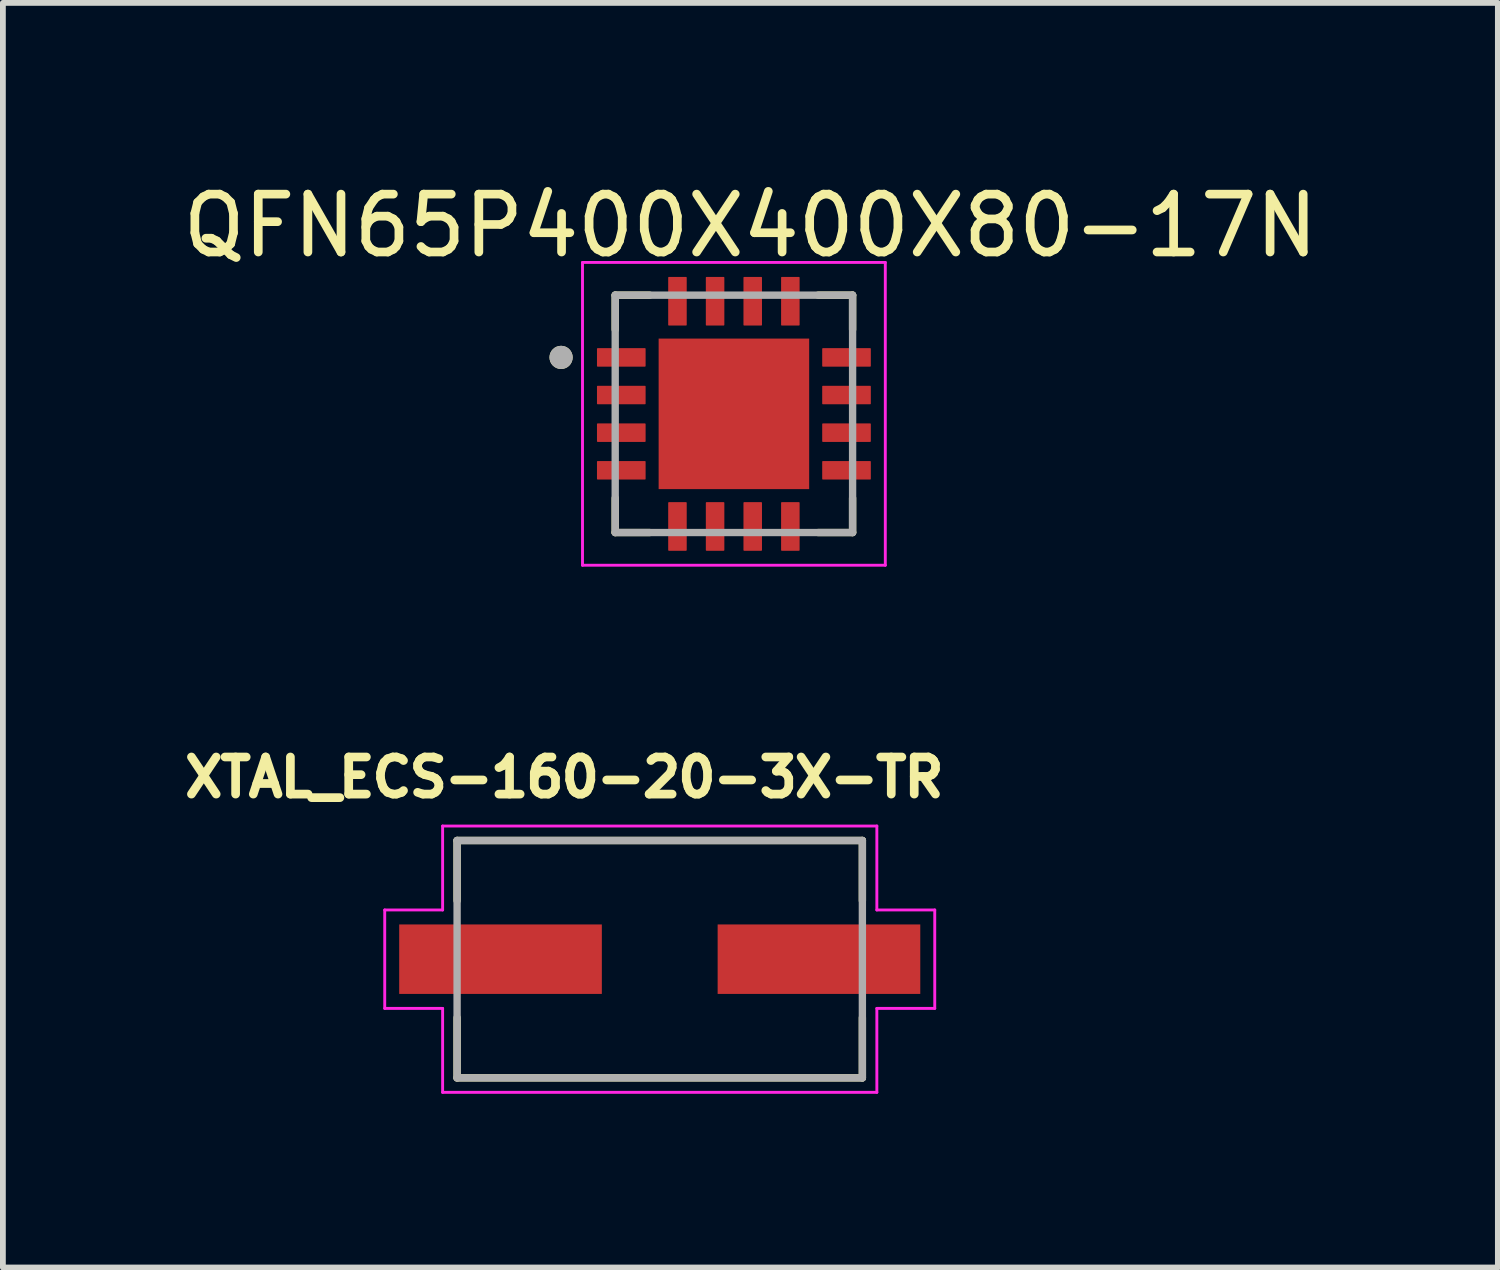
<source format=kicad_pcb>
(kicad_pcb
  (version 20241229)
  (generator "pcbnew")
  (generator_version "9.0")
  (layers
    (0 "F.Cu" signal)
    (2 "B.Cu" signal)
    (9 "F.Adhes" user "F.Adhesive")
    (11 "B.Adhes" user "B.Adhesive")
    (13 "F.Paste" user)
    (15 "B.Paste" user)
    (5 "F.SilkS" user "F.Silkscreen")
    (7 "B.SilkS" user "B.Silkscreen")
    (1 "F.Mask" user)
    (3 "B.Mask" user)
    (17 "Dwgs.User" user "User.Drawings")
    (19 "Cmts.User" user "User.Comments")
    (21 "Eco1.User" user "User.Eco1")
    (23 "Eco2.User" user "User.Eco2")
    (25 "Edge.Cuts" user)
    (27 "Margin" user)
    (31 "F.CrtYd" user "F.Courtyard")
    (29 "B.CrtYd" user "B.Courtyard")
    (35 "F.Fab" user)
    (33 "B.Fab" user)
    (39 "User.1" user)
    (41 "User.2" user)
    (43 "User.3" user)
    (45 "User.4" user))
  (footprint "XTAL_ECS-160-20-3X-TR"
    (layer "F.Cu")
    (at 8.345 13.517)
    (property "Reference" "XTAL_ECS-160-20-3X-TR" (at -1.648 -3.14 0) (layer "F.SilkS") (effects (font (size 0.641 0.641) (thickness 0.15))))
    (attr smd)
    (fp_line (start -3.5 -2.05) (end 3.5 -2.05) (stroke (width 0.127) (type solid)) (layer "F.SilkS"))
    (fp_line (start -3.5 -1.01) (end -3.5 -2.05) (stroke (width 0.127) (type solid)) (layer "F.SilkS"))
    (fp_line (start -3.5 2.05) (end -3.5 1.01) (stroke (width 0.127) (type solid)) (layer "F.SilkS"))
    (fp_line (start 3.5 -2.05) (end 3.5 -1.01) (stroke (width 0.127) (type solid)) (layer "F.SilkS"))
    (fp_line (start 3.5 1.01) (end 3.5 2.05) (stroke (width 0.127) (type solid)) (layer "F.SilkS"))
    (fp_line (start 3.5 2.05) (end -3.5 2.05) (stroke (width 0.127) (type solid)) (layer "F.SilkS"))
    (fp_line (start -4.75 -0.85) (end -4.75 0.85) (stroke (width 0.05) (type solid)) (layer "F.CrtYd"))
    (fp_line (start -4.75 0.85) (end -3.75 0.85) (stroke (width 0.05) (type solid)) (layer "F.CrtYd"))
    (fp_line (start -3.75 -2.3) (end -3.75 -0.85) (stroke (width 0.05) (type solid)) (layer "F.CrtYd"))
    (fp_line (start -3.75 -0.85) (end -4.75 -0.85) (stroke (width 0.05) (type solid)) (layer "F.CrtYd"))
    (fp_line (start -3.75 0.85) (end -3.75 2.3) (stroke (width 0.05) (type solid)) (layer "F.CrtYd"))
    (fp_line (start -3.75 2.3) (end 3.75 2.3) (stroke (width 0.05) (type solid)) (layer "F.CrtYd"))
    (fp_line (start 3.75 -2.3) (end -3.75 -2.3) (stroke (width 0.05) (type solid)) (layer "F.CrtYd"))
    (fp_line (start 3.75 -0.85) (end 3.75 -2.3) (stroke (width 0.05) (type solid)) (layer "F.CrtYd"))
    (fp_line (start 3.75 0.85) (end 4.75 0.85) (stroke (width 0.05) (type solid)) (layer "F.CrtYd"))
    (fp_line (start 3.75 2.3) (end 3.75 0.85) (stroke (width 0.05) (type solid)) (layer "F.CrtYd"))
    (fp_line (start 4.75 -0.85) (end 3.75 -0.85) (stroke (width 0.05) (type solid)) (layer "F.CrtYd"))
    (fp_line (start 4.75 0.85) (end 4.75 -0.85) (stroke (width 0.05) (type solid)) (layer "F.CrtYd"))
    (fp_line (start -3.5 -2.05) (end -3.5 2.05) (stroke (width 0.127) (type solid)) (layer "F.Fab"))
    (fp_line (start -3.5 2.05) (end 3.5 2.05) (stroke (width 0.127) (type solid)) (layer "F.Fab"))
    (fp_line (start 3.5 -2.05) (end -3.5 -2.05) (stroke (width 0.127) (type solid)) (layer "F.Fab"))
    (fp_line (start 3.5 2.05) (end 3.5 -2.05) (stroke (width 0.127) (type solid)) (layer "F.Fab"))
    (pad "1" smd rect (at -2.75 0) (size 3.5 1.2) (layers "F.Cu" "F.Mask" "F.Paste"))
    (pad "2" smd rect (at 2.75 0) (size 3.5 1.2) (layers "F.Cu" "F.Mask" "F.Paste")))
  (footprint "QFN65P400X400X80-17N"
    (layer "F.Cu")
    (at 9.626 4.098)
    (property "Reference" "QFN65P400X400X80-17N" (at 0.285 -3.25 0) (layer "F.SilkS") (effects (font (size 1 1) (thickness 0.15))))
    (attr smd)
    (fp_line (start -2.05 -2.05) (end -2.05 -1.455) (stroke (width 0.127) (type solid)) (layer "F.SilkS"))
    (fp_line (start -2.05 -2.05) (end -1.455 -2.05) (stroke (width 0.127) (type solid)) (layer "F.SilkS"))
    (fp_line (start -2.05 2.05) (end -2.05 1.455) (stroke (width 0.127) (type solid)) (layer "F.SilkS"))
    (fp_line (start -2.05 2.05) (end -1.455 2.05) (stroke (width 0.127) (type solid)) (layer "F.SilkS"))
    (fp_line (start 2.05 -2.05) (end 1.455 -2.05) (stroke (width 0.127) (type solid)) (layer "F.SilkS"))
    (fp_line (start 2.05 -2.05) (end 2.05 -1.455) (stroke (width 0.127) (type solid)) (layer "F.SilkS"))
    (fp_line (start 2.05 2.05) (end 1.455 2.05) (stroke (width 0.127) (type solid)) (layer "F.SilkS"))
    (fp_line (start 2.05 2.05) (end 2.05 1.455) (stroke (width 0.127) (type solid)) (layer "F.SilkS"))
    (fp_circle (center -2.985 -0.975) (end -2.885 -0.975) (stroke (width 0.2) (type solid)) (fill no) (layer "F.SilkS"))
    (fp_poly (pts (xy -0.82 -0.82) (xy 0.82 -0.82) (xy 0.82 0.82) (xy -0.82 0.82)) (stroke (width 0.01) (type solid)) (fill yes) (layer "F.Paste"))
    (fp_line (start -2.615 -2.615) (end 2.615 -2.615) (stroke (width 0.05) (type solid)) (layer "F.CrtYd"))
    (fp_line (start -2.615 2.615) (end -2.615 -2.615) (stroke (width 0.05) (type solid)) (layer "F.CrtYd"))
    (fp_line (start -2.615 2.615) (end 2.615 2.615) (stroke (width 0.05) (type solid)) (layer "F.CrtYd"))
    (fp_line (start 2.615 2.615) (end 2.615 -2.615) (stroke (width 0.05) (type solid)) (layer "F.CrtYd"))
    (fp_line (start -2.05 2.05) (end -2.05 -2.05) (stroke (width 0.127) (type solid)) (layer "F.Fab"))
    (fp_line (start 2.05 -2.05) (end -2.05 -2.05) (stroke (width 0.127) (type solid)) (layer "F.Fab"))
    (fp_line (start 2.05 2.05) (end -2.05 2.05) (stroke (width 0.127) (type solid)) (layer "F.Fab"))
    (fp_line (start 2.05 2.05) (end 2.05 -2.05) (stroke (width 0.127) (type solid)) (layer "F.Fab"))
    (fp_circle (center -2.985 -0.975) (end -2.885 -0.975) (stroke (width 0.2) (type solid)) (fill no) (layer "F.Fab"))
    (pad "1" smd roundrect (at -1.945 -0.975) (size 0.84 0.32) (layers "F.Cu" "F.Mask" "F.Paste") (roundrect_rratio 0.04))
    (pad "2" smd roundrect (at -1.945 -0.325) (size 0.84 0.32) (layers "F.Cu" "F.Mask" "F.Paste") (roundrect_rratio 0.04))
    (pad "3" smd roundrect (at -1.945 0.325) (size 0.84 0.32) (layers "F.Cu" "F.Mask" "F.Paste") (roundrect_rratio 0.04))
    (pad "4" smd roundrect (at -1.945 0.975) (size 0.84 0.32) (layers "F.Cu" "F.Mask" "F.Paste") (roundrect_rratio 0.04))
    (pad "5" smd roundrect (at -0.975 1.945 90) (size 0.84 0.32) (layers "F.Cu" "F.Mask" "F.Paste") (roundrect_rratio 0.04))
    (pad "6" smd roundrect (at -0.325 1.945 90) (size 0.84 0.32) (layers "F.Cu" "F.Mask" "F.Paste") (roundrect_rratio 0.04))
    (pad "7" smd roundrect (at 0.325 1.945 90) (size 0.84 0.32) (layers "F.Cu" "F.Mask" "F.Paste") (roundrect_rratio 0.04))
    (pad "8" smd roundrect (at 0.975 1.945 90) (size 0.84 0.32) (layers "F.Cu" "F.Mask" "F.Paste") (roundrect_rratio 0.04))
    (pad "9" smd roundrect (at 1.945 0.975) (size 0.84 0.32) (layers "F.Cu" "F.Mask" "F.Paste") (roundrect_rratio 0.04))
    (pad "10" smd roundrect (at 1.945 0.325) (size 0.84 0.32) (layers "F.Cu" "F.Mask" "F.Paste") (roundrect_rratio 0.04))
    (pad "11" smd roundrect (at 1.945 -0.325) (size 0.84 0.32) (layers "F.Cu" "F.Mask" "F.Paste") (roundrect_rratio 0.04))
    (pad "12" smd roundrect (at 1.945 -0.975) (size 0.84 0.32) (layers "F.Cu" "F.Mask" "F.Paste") (roundrect_rratio 0.04))
    (pad "13" smd roundrect (at 0.975 -1.945 90) (size 0.84 0.32) (layers "F.Cu" "F.Mask" "F.Paste") (roundrect_rratio 0.04))
    (pad "14" smd roundrect (at 0.325 -1.945 90) (size 0.84 0.32) (layers "F.Cu" "F.Mask" "F.Paste") (roundrect_rratio 0.04))
    (pad "15" smd roundrect (at -0.325 -1.945 90) (size 0.84 0.32) (layers "F.Cu" "F.Mask" "F.Paste") (roundrect_rratio 0.04))
    (pad "16" smd roundrect (at -0.975 -1.945 90) (size 0.84 0.32) (layers "F.Cu" "F.Mask" "F.Paste") (roundrect_rratio 0.04))
    (pad "17" smd rect (at 0 0) (size 2.6 2.6) (layers "F.Cu" "F.Mask")))
  (gr_rect
    (start -3 -3)
    (end 22.821 18.842)
    (stroke (width 0.1) (type default))
    (fill no)
    (layer "Edge.Cuts")))
</source>
